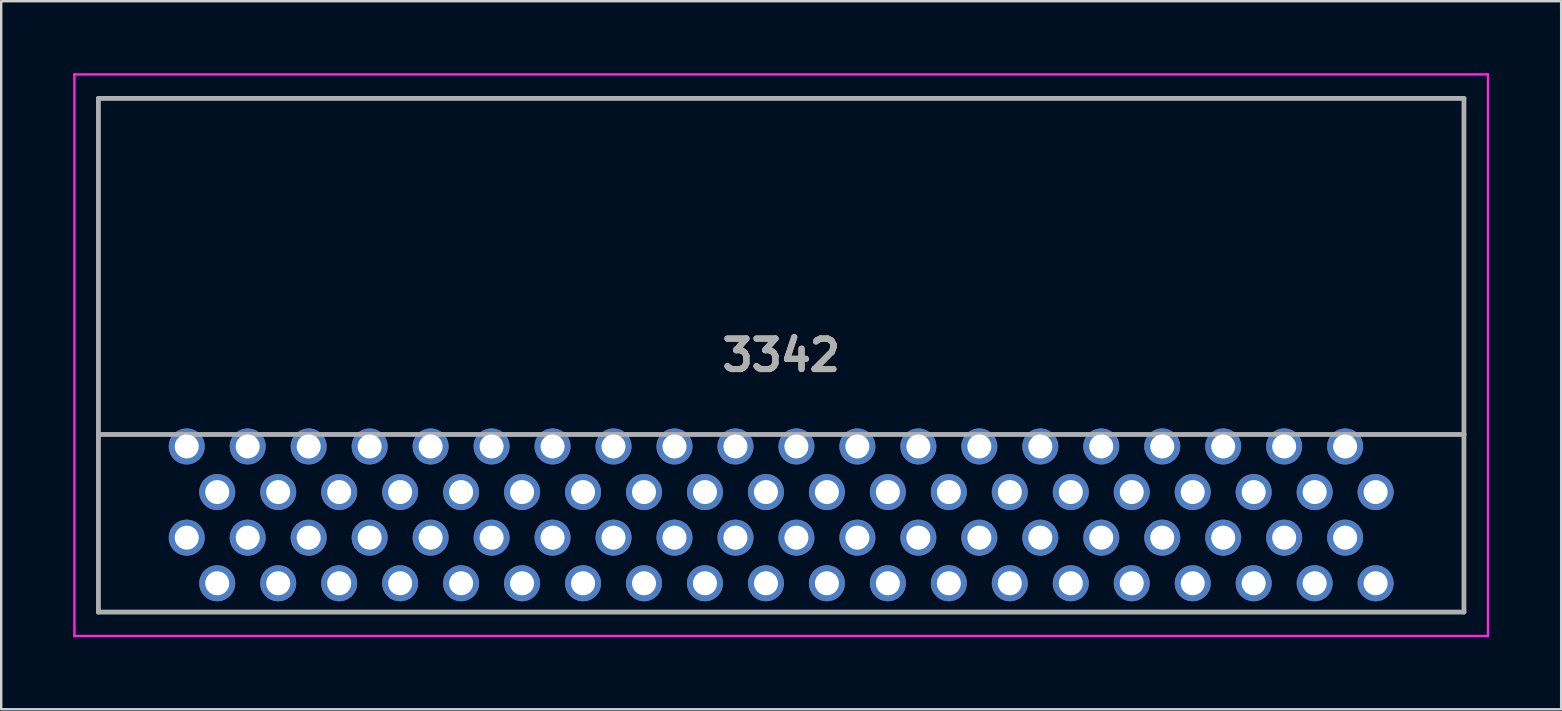
<source format=kicad_pcb>
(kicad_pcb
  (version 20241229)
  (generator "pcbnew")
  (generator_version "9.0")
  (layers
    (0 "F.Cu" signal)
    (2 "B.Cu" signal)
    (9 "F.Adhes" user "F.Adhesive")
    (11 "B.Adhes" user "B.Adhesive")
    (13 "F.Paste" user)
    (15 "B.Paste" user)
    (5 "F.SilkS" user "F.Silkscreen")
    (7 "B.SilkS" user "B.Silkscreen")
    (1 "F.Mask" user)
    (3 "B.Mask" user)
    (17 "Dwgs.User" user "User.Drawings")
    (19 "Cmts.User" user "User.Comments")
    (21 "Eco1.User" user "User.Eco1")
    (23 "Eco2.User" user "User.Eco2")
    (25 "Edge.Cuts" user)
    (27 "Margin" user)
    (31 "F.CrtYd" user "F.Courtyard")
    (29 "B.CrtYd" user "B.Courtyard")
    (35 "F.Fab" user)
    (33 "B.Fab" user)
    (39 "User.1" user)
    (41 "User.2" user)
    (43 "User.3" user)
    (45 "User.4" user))
  (footprint "3342"
    (layer "F.Cu")
    (at 29.495 11.75)
    (property "Reference" "3342" (at 0 0 0) (layer "F.SilkS") (effects (font (size 1.27 1.27) (thickness 0.254))))
    (attr through_hole)
    (fp_line (start -28.445 -10.7) (end -28.445 3.3) (stroke (width 0.1) (type solid)) (layer "F.SilkS"))
    (fp_line (start -28.445 3.3) (end -28.445 10.7) (stroke (width 0.1) (type solid)) (layer "F.SilkS"))
    (fp_line (start -28.445 3.3) (end -26.67 3.3) (stroke (width 0.1) (type solid)) (layer "F.SilkS"))
    (fp_line (start -28.445 10.7) (end 28.445 10.7) (stroke (width 0.1) (type solid)) (layer "F.SilkS"))
    (fp_line (start 28.445 -10.7) (end -28.445 -10.7) (stroke (width 0.1) (type solid)) (layer "F.SilkS"))
    (fp_line (start 28.445 3.3) (end 25.4 3.3) (stroke (width 0.1) (type solid)) (layer "F.SilkS"))
    (fp_line (start 28.445 3.3) (end 28.445 -10.7) (stroke (width 0.1) (type solid)) (layer "F.SilkS"))
    (fp_line (start 28.445 10.7) (end 28.445 3.3) (stroke (width 0.1) (type solid)) (layer "F.SilkS"))
    (fp_line (start -29.445 -11.7) (end 29.445 -11.7) (stroke (width 0.1) (type solid)) (layer "F.CrtYd"))
    (fp_line (start -29.445 11.7) (end -29.445 -11.7) (stroke (width 0.1) (type solid)) (layer "F.CrtYd"))
    (fp_line (start 29.445 -11.7) (end 29.445 11.7) (stroke (width 0.1) (type solid)) (layer "F.CrtYd"))
    (fp_line (start 29.445 11.7) (end -29.445 11.7) (stroke (width 0.1) (type solid)) (layer "F.CrtYd"))
    (fp_line (start -28.445 -10.7) (end 28.445 -10.7) (stroke (width 0.2) (type solid)) (layer "F.Fab"))
    (fp_line (start -28.445 3.3) (end -28.445 -10.7) (stroke (width 0.2) (type solid)) (layer "F.Fab"))
    (fp_line (start -28.445 3.3) (end -28.445 10.7) (stroke (width 0.2) (type solid)) (layer "F.Fab"))
    (fp_line (start -28.445 10.7) (end 28.445 10.7) (stroke (width 0.2) (type solid)) (layer "F.Fab"))
    (fp_line (start 28.445 -10.7) (end 28.445 3.3) (stroke (width 0.2) (type solid)) (layer "F.Fab"))
    (fp_line (start 28.445 3.3) (end -28.445 3.3) (stroke (width 0.2) (type solid)) (layer "F.Fab"))
    (fp_line (start 28.445 10.7) (end 28.445 3.3) (stroke (width 0.2) (type solid)) (layer "F.Fab"))
    (fp_text user "${REFERENCE}" (at 0 0 0) (layer "F.Fab") (effects (font (size 1.27 1.27) (thickness 0.254))))
    (pad "1" thru_hole circle (at 24.765 9.5) (size 1.5 1.5) (drill 1) (layers "*.Cu" "*.Mask"))
    (pad "2" thru_hole circle (at 23.495 7.6) (size 1.5 1.5) (drill 1) (layers "*.Cu" "*.Mask"))
    (pad "3" thru_hole circle (at 22.225 9.5) (size 1.5 1.5) (drill 1) (layers "*.Cu" "*.Mask"))
    (pad "4" thru_hole circle (at 20.955 7.6) (size 1.5 1.5) (drill 1) (layers "*.Cu" "*.Mask"))
    (pad "5" thru_hole circle (at 19.685 9.5) (size 1.5 1.5) (drill 1) (layers "*.Cu" "*.Mask"))
    (pad "6" thru_hole circle (at 18.415 7.6) (size 1.5 1.5) (drill 1) (layers "*.Cu" "*.Mask"))
    (pad "7" thru_hole circle (at 17.145 9.5) (size 1.5 1.5) (drill 1) (layers "*.Cu" "*.Mask"))
    (pad "8" thru_hole circle (at 15.875 7.6) (size 1.5 1.5) (drill 1) (layers "*.Cu" "*.Mask"))
    (pad "9" thru_hole circle (at 14.605 9.5) (size 1.5 1.5) (drill 1) (layers "*.Cu" "*.Mask"))
    (pad "10" thru_hole circle (at 13.335 7.6) (size 1.5 1.5) (drill 1) (layers "*.Cu" "*.Mask"))
    (pad "11" thru_hole circle (at 12.065 9.5) (size 1.5 1.5) (drill 1) (layers "*.Cu" "*.Mask"))
    (pad "12" thru_hole circle (at 10.795 7.6) (size 1.5 1.5) (drill 1) (layers "*.Cu" "*.Mask"))
    (pad "13" thru_hole circle (at 9.525 9.5) (size 1.5 1.5) (drill 1) (layers "*.Cu" "*.Mask"))
    (pad "14" thru_hole circle (at 8.255 7.6) (size 1.5 1.5) (drill 1) (layers "*.Cu" "*.Mask"))
    (pad "15" thru_hole circle (at 6.985 9.5) (size 1.5 1.5) (drill 1) (layers "*.Cu" "*.Mask"))
    (pad "16" thru_hole circle (at 5.715 7.6) (size 1.5 1.5) (drill 1) (layers "*.Cu" "*.Mask"))
    (pad "17" thru_hole circle (at 4.445 9.5) (size 1.5 1.5) (drill 1) (layers "*.Cu" "*.Mask"))
    (pad "18" thru_hole circle (at 3.175 7.6) (size 1.5 1.5) (drill 1) (layers "*.Cu" "*.Mask"))
    (pad "19" thru_hole circle (at 1.905 9.5) (size 1.5 1.5) (drill 1) (layers "*.Cu" "*.Mask"))
    (pad "20" thru_hole circle (at 0.635 7.6) (size 1.5 1.5) (drill 1) (layers "*.Cu" "*.Mask"))
    (pad "21" thru_hole circle (at -0.635 9.5) (size 1.5 1.5) (drill 1) (layers "*.Cu" "*.Mask"))
    (pad "22" thru_hole circle (at -1.905 7.6) (size 1.5 1.5) (drill 1) (layers "*.Cu" "*.Mask"))
    (pad "23" thru_hole circle (at -3.175 9.5) (size 1.5 1.5) (drill 1) (layers "*.Cu" "*.Mask"))
    (pad "24" thru_hole circle (at -4.445 7.6) (size 1.5 1.5) (drill 1) (layers "*.Cu" "*.Mask"))
    (pad "25" thru_hole circle (at -5.715 9.5) (size 1.5 1.5) (drill 1) (layers "*.Cu" "*.Mask"))
    (pad "26" thru_hole circle (at -6.985 7.6) (size 1.5 1.5) (drill 1) (layers "*.Cu" "*.Mask"))
    (pad "27" thru_hole circle (at -8.255 9.5) (size 1.5 1.5) (drill 1) (layers "*.Cu" "*.Mask"))
    (pad "28" thru_hole circle (at -9.525 7.6) (size 1.5 1.5) (drill 1) (layers "*.Cu" "*.Mask"))
    (pad "29" thru_hole circle (at -10.795 9.5) (size 1.5 1.5) (drill 1) (layers "*.Cu" "*.Mask"))
    (pad "30" thru_hole circle (at -12.065 7.6) (size 1.5 1.5) (drill 1) (layers "*.Cu" "*.Mask"))
    (pad "31" thru_hole circle (at -13.335 9.5) (size 1.5 1.5) (drill 1) (layers "*.Cu" "*.Mask"))
    (pad "32" thru_hole circle (at -14.605 7.6) (size 1.5 1.5) (drill 1) (layers "*.Cu" "*.Mask"))
    (pad "33" thru_hole circle (at -15.875 9.5) (size 1.5 1.5) (drill 1) (layers "*.Cu" "*.Mask"))
    (pad "34" thru_hole circle (at -17.145 7.6) (size 1.5 1.5) (drill 1) (layers "*.Cu" "*.Mask"))
    (pad "35" thru_hole circle (at -18.415 9.5) (size 1.5 1.5) (drill 1) (layers "*.Cu" "*.Mask"))
    (pad "36" thru_hole circle (at -19.685 7.6) (size 1.5 1.5) (drill 1) (layers "*.Cu" "*.Mask"))
    (pad "37" thru_hole circle (at -20.955 9.5) (size 1.5 1.5) (drill 1) (layers "*.Cu" "*.Mask"))
    (pad "38" thru_hole circle (at -22.225 7.6) (size 1.5 1.5) (drill 1) (layers "*.Cu" "*.Mask"))
    (pad "39" thru_hole circle (at -23.495 9.5) (size 1.5 1.5) (drill 1) (layers "*.Cu" "*.Mask"))
    (pad "40" thru_hole circle (at -24.765 7.6) (size 1.5 1.5) (drill 1) (layers "*.Cu" "*.Mask"))
    (pad "41" thru_hole circle (at 24.765 5.7) (size 1.5 1.5) (drill 1) (layers "*.Cu" "*.Mask"))
    (pad "42" thru_hole circle (at 23.495 3.8) (size 1.5 1.5) (drill 1) (layers "*.Cu" "*.Mask"))
    (pad "43" thru_hole circle (at 22.225 5.7) (size 1.5 1.5) (drill 1) (layers "*.Cu" "*.Mask"))
    (pad "44" thru_hole circle (at 20.955 3.8) (size 1.5 1.5) (drill 1) (layers "*.Cu" "*.Mask"))
    (pad "45" thru_hole circle (at 19.685 5.7) (size 1.5 1.5) (drill 1) (layers "*.Cu" "*.Mask"))
    (pad "46" thru_hole circle (at 18.415 3.8) (size 1.5 1.5) (drill 1) (layers "*.Cu" "*.Mask"))
    (pad "47" thru_hole circle (at 17.145 5.7) (size 1.5 1.5) (drill 1) (layers "*.Cu" "*.Mask"))
    (pad "48" thru_hole circle (at 15.875 3.8) (size 1.5 1.5) (drill 1) (layers "*.Cu" "*.Mask"))
    (pad "49" thru_hole circle (at 14.605 5.7) (size 1.5 1.5) (drill 1) (layers "*.Cu" "*.Mask"))
    (pad "50" thru_hole circle (at 13.335 3.8) (size 1.5 1.5) (drill 1) (layers "*.Cu" "*.Mask"))
    (pad "51" thru_hole circle (at 12.065 5.7) (size 1.5 1.5) (drill 1) (layers "*.Cu" "*.Mask"))
    (pad "52" thru_hole circle (at 10.795 3.8) (size 1.5 1.5) (drill 1) (layers "*.Cu" "*.Mask"))
    (pad "53" thru_hole circle (at 9.525 5.7) (size 1.5 1.5) (drill 1) (layers "*.Cu" "*.Mask"))
    (pad "54" thru_hole circle (at 8.255 3.8) (size 1.5 1.5) (drill 1) (layers "*.Cu" "*.Mask"))
    (pad "55" thru_hole circle (at 6.985 5.7) (size 1.5 1.5) (drill 1) (layers "*.Cu" "*.Mask"))
    (pad "56" thru_hole circle (at 5.715 3.8) (size 1.5 1.5) (drill 1) (layers "*.Cu" "*.Mask"))
    (pad "57" thru_hole circle (at 4.445 5.7) (size 1.5 1.5) (drill 1) (layers "*.Cu" "*.Mask"))
    (pad "58" thru_hole circle (at 3.175 3.8) (size 1.5 1.5) (drill 1) (layers "*.Cu" "*.Mask"))
    (pad "59" thru_hole circle (at 1.905 5.7) (size 1.5 1.5) (drill 1) (layers "*.Cu" "*.Mask"))
    (pad "60" thru_hole circle (at 0.635 3.8) (size 1.5 1.5) (drill 1) (layers "*.Cu" "*.Mask"))
    (pad "61" thru_hole circle (at -0.635 5.7) (size 1.5 1.5) (drill 1) (layers "*.Cu" "*.Mask"))
    (pad "62" thru_hole circle (at -1.905 3.8) (size 1.5 1.5) (drill 1) (layers "*.Cu" "*.Mask"))
    (pad "63" thru_hole circle (at -3.175 5.7) (size 1.5 1.5) (drill 1) (layers "*.Cu" "*.Mask"))
    (pad "64" thru_hole circle (at -4.445 3.8) (size 1.5 1.5) (drill 1) (layers "*.Cu" "*.Mask"))
    (pad "65" thru_hole circle (at -5.715 5.7) (size 1.5 1.5) (drill 1) (layers "*.Cu" "*.Mask"))
    (pad "66" thru_hole circle (at -6.985 3.8) (size 1.5 1.5) (drill 1) (layers "*.Cu" "*.Mask"))
    (pad "67" thru_hole circle (at -8.255 5.7) (size 1.5 1.5) (drill 1) (layers "*.Cu" "*.Mask"))
    (pad "68" thru_hole circle (at -9.525 3.8) (size 1.5 1.5) (drill 1) (layers "*.Cu" "*.Mask"))
    (pad "69" thru_hole circle (at -10.795 5.7) (size 1.5 1.5) (drill 1) (layers "*.Cu" "*.Mask"))
    (pad "70" thru_hole circle (at -12.065 3.8) (size 1.5 1.5) (drill 1) (layers "*.Cu" "*.Mask"))
    (pad "71" thru_hole circle (at -13.335 5.7) (size 1.5 1.5) (drill 1) (layers "*.Cu" "*.Mask"))
    (pad "72" thru_hole circle (at -14.605 3.8) (size 1.5 1.5) (drill 1) (layers "*.Cu" "*.Mask"))
    (pad "73" thru_hole circle (at -15.875 5.7) (size 1.5 1.5) (drill 1) (layers "*.Cu" "*.Mask"))
    (pad "74" thru_hole circle (at -17.145 3.8) (size 1.5 1.5) (drill 1) (layers "*.Cu" "*.Mask"))
    (pad "75" thru_hole circle (at -18.415 5.7) (size 1.5 1.5) (drill 1) (layers "*.Cu" "*.Mask"))
    (pad "76" thru_hole circle (at -19.685 3.8) (size 1.5 1.5) (drill 1) (layers "*.Cu" "*.Mask"))
    (pad "77" thru_hole circle (at -20.955 5.7) (size 1.5 1.5) (drill 1) (layers "*.Cu" "*.Mask"))
    (pad "78" thru_hole circle (at -22.225 3.8) (size 1.5 1.5) (drill 1) (layers "*.Cu" "*.Mask"))
    (pad "79" thru_hole circle (at -23.495 5.7) (size 1.5 1.5) (drill 1) (layers "*.Cu" "*.Mask"))
    (pad "80" thru_hole circle (at -24.765 3.8) (size 1.5 1.5) (drill 1) (layers "*.Cu" "*.Mask")))
  (gr_rect
    (start -3 -3)
    (end 61.99 26.5)
    (stroke (width 0.1) (type default))
    (fill no)
    (layer "Edge.Cuts")))
</source>
